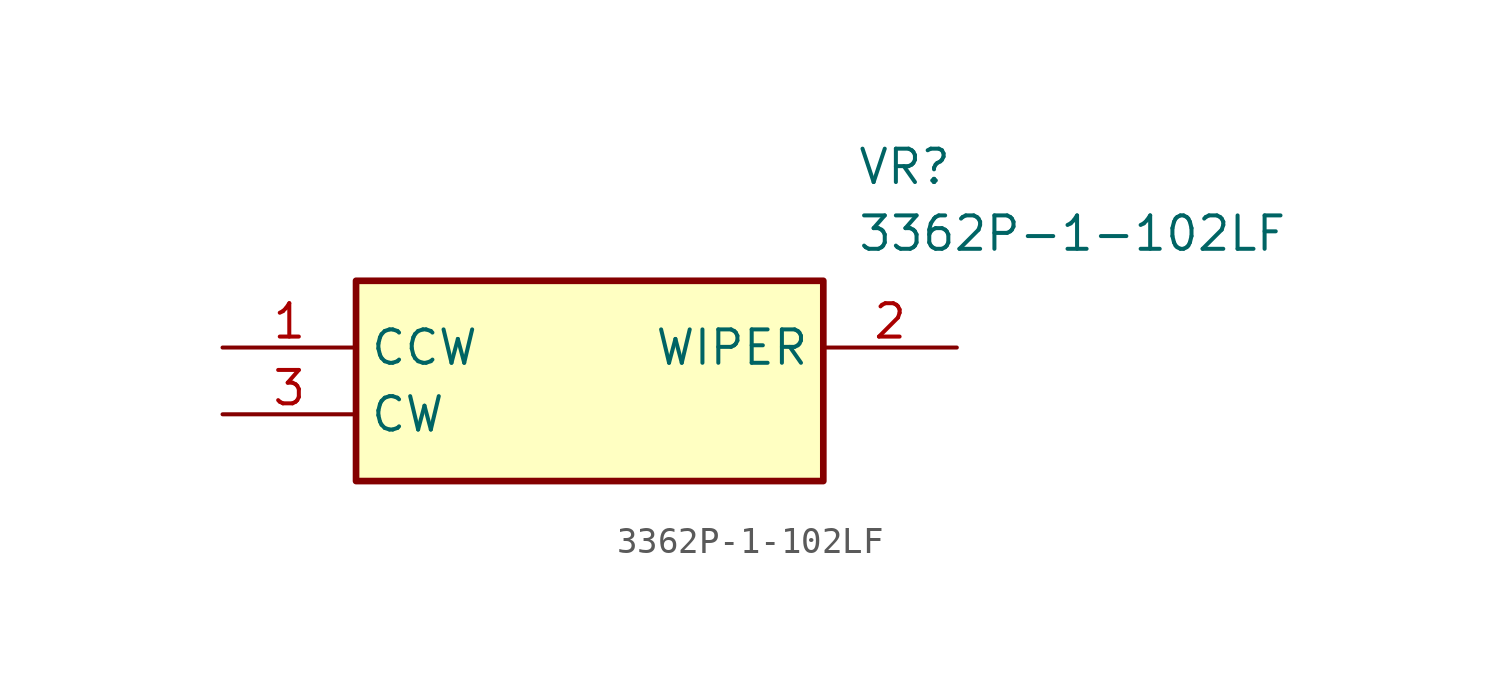
<source format=kicad_sym>
(kicad_symbol_lib
  (version 20211014)
  (generator SamacSys_ECAD_Model)
  (symbol "3362P-1-102LF"
    (property "Reference" "VR"
      (at 24.13 7.62 0)
      (effects (font (size 1.27 1.27)) (justify left top)))
    (property "Value" "3362P-1-102LF"
      (at 24.13 5.08 0)
      (effects (font (size 1.27 1.27)) (justify left top)))
    (rectangle
      (start 5.08 2.54)
      (end 22.86 -5.08)
      (stroke (width 0.254) (type default))
      (fill (type background)))
    (pin passive line
      (at 0 0 0)
      (length 5.08)
      (name "CCW" (effects (font (size 1.27 1.27))))
      (number "1" (effects (font (size 1.27 1.27)))))
    (pin passive line
      (at 27.94 0 180)
      (length 5.08)
      (name "WIPER" (effects (font (size 1.27 1.27))))
      (number "2" (effects (font (size 1.27 1.27)))))
    (pin passive line
      (at 0 -2.54 0)
      (length 5.08)
      (name "CW" (effects (font (size 1.27 1.27))))
      (number "3" (effects (font (size 1.27 1.27)))))))
</source>
